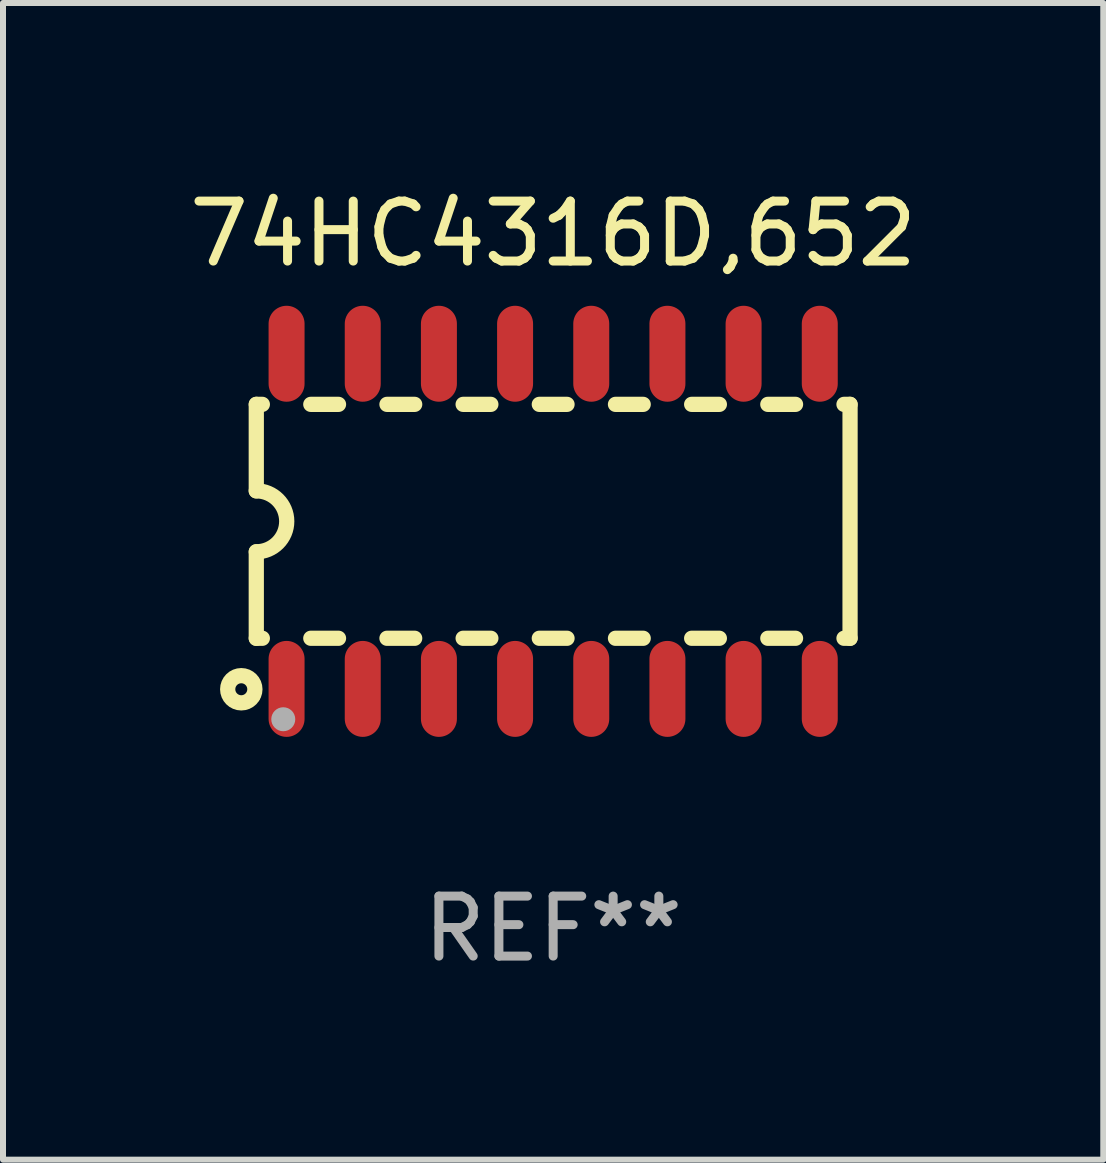
<source format=kicad_pcb>
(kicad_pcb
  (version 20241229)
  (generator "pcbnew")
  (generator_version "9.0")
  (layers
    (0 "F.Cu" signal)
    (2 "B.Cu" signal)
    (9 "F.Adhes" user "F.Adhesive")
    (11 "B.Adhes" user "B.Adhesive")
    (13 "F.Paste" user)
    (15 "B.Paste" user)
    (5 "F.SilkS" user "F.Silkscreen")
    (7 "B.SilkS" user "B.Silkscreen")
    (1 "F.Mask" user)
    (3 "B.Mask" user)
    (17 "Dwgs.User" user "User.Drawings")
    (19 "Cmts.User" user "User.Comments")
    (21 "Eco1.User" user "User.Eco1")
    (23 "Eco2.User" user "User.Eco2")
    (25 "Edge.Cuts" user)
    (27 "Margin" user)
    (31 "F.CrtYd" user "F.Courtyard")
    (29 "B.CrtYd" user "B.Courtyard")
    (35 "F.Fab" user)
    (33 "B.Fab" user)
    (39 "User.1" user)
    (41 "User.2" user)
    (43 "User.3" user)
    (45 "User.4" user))
  (footprint "74HC4316D,652"
    (layer "F.Cu")
    (at 6.173 5.642)
    (property "Reference" "74HC4316D,652" (at 0 -4.794 0) (layer "F.SilkS") (effects (font (size 1 1) (thickness 0.15))))
    (attr through_hole)
    (fp_line (start -4.95 -1.95) (end -4.95 -0.508) (stroke (width 0.254) (type solid)) (layer "F.SilkS"))
    (fp_line (start -4.95 -1.95) (end -4.849 -1.95) (stroke (width 0.254) (type solid)) (layer "F.SilkS"))
    (fp_line (start -4.95 1.95) (end -4.95 0.508) (stroke (width 0.254) (type solid)) (layer "F.SilkS"))
    (fp_line (start -4.95 1.95) (end -4.849 1.95) (stroke (width 0.254) (type solid)) (layer "F.SilkS"))
    (fp_line (start -4.041 -1.95) (end -3.579 -1.95) (stroke (width 0.254) (type solid)) (layer "F.SilkS"))
    (fp_line (start -4.041 1.95) (end -3.579 1.95) (stroke (width 0.254) (type solid)) (layer "F.SilkS"))
    (fp_line (start -2.771 -1.95) (end -2.309 -1.95) (stroke (width 0.254) (type solid)) (layer "F.SilkS"))
    (fp_line (start -2.771 1.95) (end -2.309 1.95) (stroke (width 0.254) (type solid)) (layer "F.SilkS"))
    (fp_line (start -1.501 -1.95) (end -1.039 -1.95) (stroke (width 0.254) (type solid)) (layer "F.SilkS"))
    (fp_line (start -1.501 1.95) (end -1.039 1.95) (stroke (width 0.254) (type solid)) (layer "F.SilkS"))
    (fp_line (start -0.231 -1.95) (end 0.231 -1.95) (stroke (width 0.254) (type solid)) (layer "F.SilkS"))
    (fp_line (start -0.231 1.95) (end 0.231 1.95) (stroke (width 0.254) (type solid)) (layer "F.SilkS"))
    (fp_line (start 1.039 -1.95) (end 1.501 -1.95) (stroke (width 0.254) (type solid)) (layer "F.SilkS"))
    (fp_line (start 1.039 1.95) (end 1.501 1.95) (stroke (width 0.254) (type solid)) (layer "F.SilkS"))
    (fp_line (start 2.309 -1.95) (end 2.771 -1.95) (stroke (width 0.254) (type solid)) (layer "F.SilkS"))
    (fp_line (start 2.309 1.95) (end 2.771 1.95) (stroke (width 0.254) (type solid)) (layer "F.SilkS"))
    (fp_line (start 3.579 -1.95) (end 4.041 -1.95) (stroke (width 0.254) (type solid)) (layer "F.SilkS"))
    (fp_line (start 3.579 1.95) (end 4.041 1.95) (stroke (width 0.254) (type solid)) (layer "F.SilkS"))
    (fp_line (start 4.849 -1.95) (end 4.95 -1.95) (stroke (width 0.254) (type solid)) (layer "F.SilkS"))
    (fp_line (start 4.849 1.95) (end 4.95 1.95) (stroke (width 0.254) (type solid)) (layer "F.SilkS"))
    (fp_line (start 4.95 -1.95) (end 4.95 1.95) (stroke (width 0.254) (type solid)) (layer "F.SilkS"))
    (fp_arc (start -4.95047 -0.508001) (mid -4.442469 -0.000228) (end -4.950013 0.508001) (stroke (width 0.254001) (type solid)) (layer "F.SilkS"))
    (fp_circle (center -5.2 2.8) (end -5.1 2.8) (stroke (width 0.254) (type solid)) (fill no) (layer "F.SilkS"))
    (fp_circle (center -4.95 2.947) (end -4.92 2.947) (stroke (width 0.06) (type solid)) (fill no) (layer "F.SilkS"))
    (fp_circle (center -4.5 3.3) (end -4.4 3.3) (stroke (width 0.2) (type solid)) (fill no) (layer "F.Fab"))
    (fp_text user "REF**" (at 0 6.794 0) (layer "F.Fab") (effects (font (size 1 1) (thickness 0.15))))
    (pad "1" smd oval (at -4.445 2.794) (size 0.6 1.6) (layers "F.Cu" "F.Mask" "F.Paste"))
    (pad "2" smd oval (at -3.175 2.794) (size 0.6 1.6) (layers "F.Cu" "F.Mask" "F.Paste"))
    (pad "3" smd oval (at -1.905 2.794) (size 0.6 1.6) (layers "F.Cu" "F.Mask" "F.Paste"))
    (pad "4" smd oval (at -0.635 2.794) (size 0.6 1.6) (layers "F.Cu" "F.Mask" "F.Paste"))
    (pad "5" smd oval (at 0.635 2.794) (size 0.6 1.6) (layers "F.Cu" "F.Mask" "F.Paste"))
    (pad "6" smd oval (at 1.905 2.794) (size 0.6 1.6) (layers "F.Cu" "F.Mask" "F.Paste"))
    (pad "7" smd oval (at 3.175 2.794) (size 0.6 1.6) (layers "F.Cu" "F.Mask" "F.Paste"))
    (pad "8" smd oval (at 4.445 2.794) (size 0.6 1.6) (layers "F.Cu" "F.Mask" "F.Paste"))
    (pad "9" smd oval (at 4.445 -2.794) (size 0.6 1.6) (layers "F.Cu" "F.Mask" "F.Paste"))
    (pad "10" smd oval (at 3.175 -2.794) (size 0.6 1.6) (layers "F.Cu" "F.Mask" "F.Paste"))
    (pad "11" smd oval (at 1.905 -2.794) (size 0.6 1.6) (layers "F.Cu" "F.Mask" "F.Paste"))
    (pad "12" smd oval (at 0.635 -2.794) (size 0.6 1.6) (layers "F.Cu" "F.Mask" "F.Paste"))
    (pad "13" smd oval (at -0.635 -2.794) (size 0.6 1.6) (layers "F.Cu" "F.Mask" "F.Paste"))
    (pad "14" smd oval (at -1.905 -2.794) (size 0.6 1.6) (layers "F.Cu" "F.Mask" "F.Paste"))
    (pad "15" smd oval (at -3.175 -2.794) (size 0.6 1.6) (layers "F.Cu" "F.Mask" "F.Paste"))
    (pad "16" smd oval (at -4.445 -2.794) (size 0.6 1.6) (layers "F.Cu" "F.Mask" "F.Paste")))
  (gr_rect
    (start -3 -3)
    (end 15.345 16.285)
    (stroke (width 0.1) (type default))
    (fill no)
    (layer "Edge.Cuts")))
</source>
